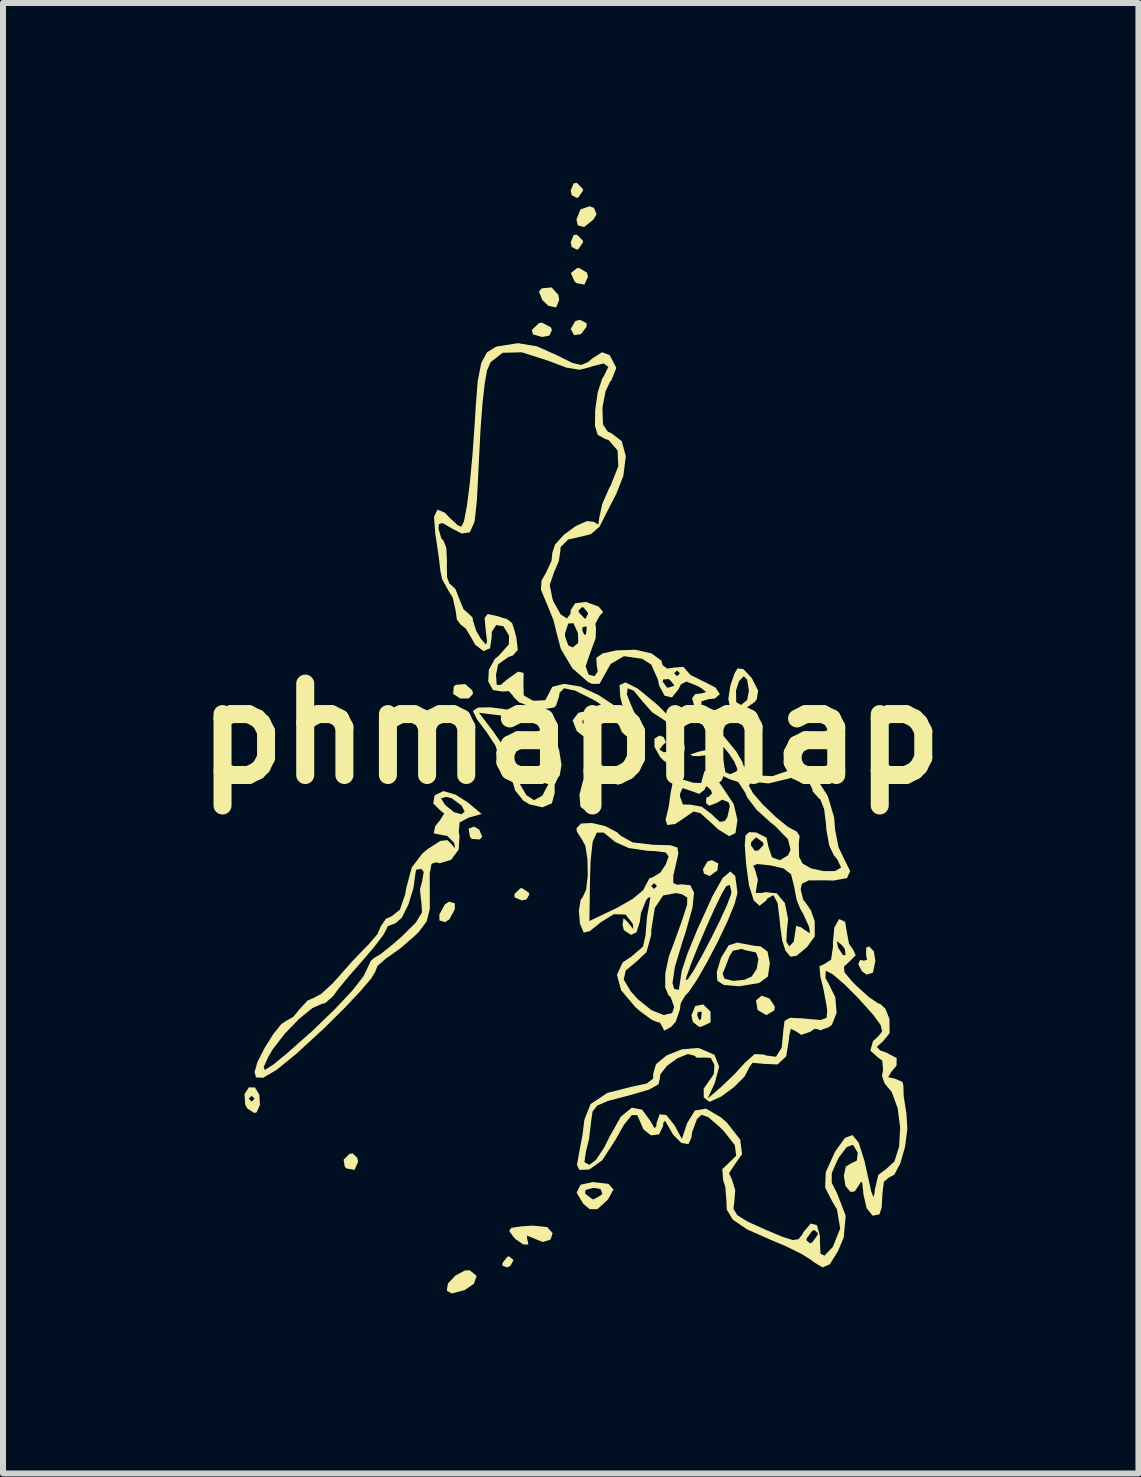
<source format=kicad_pcb>
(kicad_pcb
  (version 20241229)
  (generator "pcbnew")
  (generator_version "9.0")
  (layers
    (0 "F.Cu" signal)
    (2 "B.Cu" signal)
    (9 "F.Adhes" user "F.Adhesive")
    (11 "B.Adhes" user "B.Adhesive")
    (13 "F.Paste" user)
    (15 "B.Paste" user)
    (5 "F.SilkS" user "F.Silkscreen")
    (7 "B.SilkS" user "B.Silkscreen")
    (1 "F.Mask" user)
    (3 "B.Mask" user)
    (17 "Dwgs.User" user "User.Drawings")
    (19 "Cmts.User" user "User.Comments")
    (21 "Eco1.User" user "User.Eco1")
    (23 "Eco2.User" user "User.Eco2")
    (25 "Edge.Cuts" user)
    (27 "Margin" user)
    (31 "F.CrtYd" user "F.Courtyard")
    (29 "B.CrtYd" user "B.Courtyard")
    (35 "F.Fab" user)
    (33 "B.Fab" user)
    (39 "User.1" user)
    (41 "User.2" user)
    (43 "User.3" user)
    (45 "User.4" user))
  (footprint "phmapmap"
    (layer "F.Cu")
    (at 6.466 9.183)
    (property "Reference" "phmapmap" (at 0 0 0) (layer "F.SilkS") (effects (font (size 1.524 1.524) (thickness 0.3))))
    (attr board_only exclude_from_pos_files exclude_from_bom)
    (fp_poly (pts (xy -1.524 1.601) (xy -1.476 1.721) (xy -1.519 1.764) (xy -1.648 1.755) (xy -1.68 1.72) (xy -1.703 1.584) (xy -1.61 1.548)) (stroke (width 0) (type solid)) (fill yes) (layer "F.SilkS"))
    (fp_poly (pts (xy -0.953 8.778) (xy -1.007 8.873) (xy -1.059 8.9) (xy -1.141 8.869) (xy -1.136 8.823) (xy -1.055 8.72) (xy -1.028 8.715)) (stroke (width 0) (type solid)) (fill yes) (layer "F.SilkS"))
    (fp_poly (pts (xy 0.264 -6.845) (xy 0.266 -6.787) (xy 0.17 -6.661) (xy 0.055 -6.645) (xy 0 -6.749) (xy 0.077 -6.881) (xy 0.152 -6.901)) (stroke (width 0) (type solid)) (fill yes) (layer "F.SilkS"))
    (fp_poly (pts (xy 2.461 2.165) (xy 2.445 2.28) (xy 2.318 2.374) (xy 2.221 2.333) (xy 2.205 2.26) (xy 2.282 2.128) (xy 2.356 2.109)) (stroke (width 0) (type solid)) (fill yes) (layer "F.SilkS"))
    (fp_poly (pts (xy -3.557 7.075) (xy -3.546 7.141) (xy -3.605 7.273) (xy -3.738 7.249) (xy -3.767 7.223) (xy -3.787 7.104) (xy -3.69 7.007) (xy -3.637 6.997)) (stroke (width 0) (type solid)) (fill yes) (layer "F.SilkS"))
    (fp_poly (pts (xy -1.932 2.829) (xy -1.932 2.928) (xy -2.024 3.096) (xy -2.094 3.142) (xy -2.189 3.114) (xy -2.19 3.014) (xy -2.098 2.846) (xy -2.028 2.8)) (stroke (width 0) (type solid)) (fill yes) (layer "F.SilkS"))
    (fp_poly (pts (xy -1.641 -0.722) (xy -1.629 -0.665) (xy -1.7 -0.587) (xy -1.845 -0.587) (xy -1.961 -0.664) (xy -1.949 -0.787) (xy -1.919 -0.814) (xy -1.759 -0.827)) (stroke (width 0) (type solid)) (fill yes) (layer "F.SilkS"))
    (fp_poly (pts (xy -0.702 2.648) (xy -0.689 2.677) (xy -0.736 2.764) (xy -0.815 2.78) (xy -0.934 2.731) (xy -0.94 2.677) (xy -0.841 2.578) (xy -0.815 2.574)) (stroke (width 0) (type solid)) (fill yes) (layer "F.SilkS"))
    (fp_poly (pts (xy -0.335 -6.778) (xy -0.312 -6.733) (xy -0.356 -6.637) (xy -0.479 -6.614) (xy -0.631 -6.658) (xy -0.647 -6.733) (xy -0.529 -6.845) (xy -0.479 -6.853)) (stroke (width 0) (type solid)) (fill yes) (layer "F.SilkS"))
    (fp_poly (pts (xy -0.206 -7.316) (xy -0.192 -7.231) (xy -0.244 -7.106) (xy -0.371 -7.133) (xy -0.472 -7.228) (xy -0.53 -7.371) (xy -0.484 -7.425) (xy -0.319 -7.441)) (stroke (width 0) (type solid)) (fill yes) (layer "F.SilkS"))
    (fp_poly (pts (xy 0.202 -9.084) (xy 0.206 -9.058) (xy 0.131 -8.945) (xy 0.103 -8.932) (xy 0.016 -8.979) (xy 0 -9.058) (xy 0.049 -9.177) (xy 0.103 -9.183)) (stroke (width 0) (type solid)) (fill yes) (layer "F.SilkS"))
    (fp_poly (pts (xy 0.202 -8.222) (xy 0.206 -8.195) (xy 0.131 -8.083) (xy 0.103 -8.07) (xy 0.016 -8.116) (xy 0 -8.195) (xy 0.049 -8.314) (xy 0.103 -8.32)) (stroke (width 0) (type solid)) (fill yes) (layer "F.SilkS"))
    (fp_poly (pts (xy 0.271 -7.687) (xy 0.288 -7.62) (xy 0.229 -7.488) (xy 0.097 -7.512) (xy 0.064 -7.54) (xy 0.003 -7.68) (xy 0.103 -7.761) (xy 0.144 -7.764)) (stroke (width 0) (type solid)) (fill yes) (layer "F.SilkS"))
    (fp_poly (pts (xy 0.388 -8.767) (xy 0.431 -8.659) (xy 0.376 -8.57) (xy 0.222 -8.447) (xy 0.117 -8.476) (xy 0.096 -8.573) (xy 0.163 -8.742) (xy 0.315 -8.794)) (stroke (width 0) (type solid)) (fill yes) (layer "F.SilkS"))
    (fp_poly (pts (xy 0.846 0.652) (xy 0.863 0.719) (xy 0.804 0.851) (xy 0.672 0.827) (xy 0.639 0.799) (xy 0.578 0.658) (xy 0.678 0.578) (xy 0.719 0.575)) (stroke (width 0) (type solid)) (fill yes) (layer "F.SilkS"))
    (fp_poly (pts (xy 3.314 4.415) (xy 3.403 4.548) (xy 3.396 4.612) (xy 3.262 4.693) (xy 3.122 4.612) (xy 3.115 4.601) (xy 3.089 4.446) (xy 3.183 4.369)) (stroke (width 0) (type solid)) (fill yes) (layer "F.SilkS"))
    (fp_poly (pts (xy -1.569 9.041) (xy -1.614 9.172) (xy -1.767 9.277) (xy -1.984 9.334) (xy -2.067 9.287) (xy -2.047 9.168) (xy -1.923 9.035) (xy -1.764 8.95) (xy -1.683 8.947)) (stroke (width 0) (type solid)) (fill yes) (layer "F.SilkS"))
    (fp_poly (pts (xy 5.054 3.628) (xy 5.08 3.786) (xy 5.04 3.984) (xy 4.934 4.018) (xy 4.856 3.962) (xy 4.794 3.844) (xy 4.825 3.771) (xy 4.887 3.785) (xy 4.942 3.77) (xy 4.925 3.695) (xy 4.926 3.569) (xy 4.974 3.546)) (stroke (width 0) (type solid)) (fill yes) (layer "F.SilkS"))
    (fp_poly (pts (xy -5.265 5.899) (xy -5.191 6.021) (xy -5.182 6.19) (xy -5.236 6.312) (xy -5.275 6.326) (xy -5.392 6.25) (xy -5.427 6.187) (xy -5.434 6.086) (xy -5.368 6.086) (xy -5.32 6.134) (xy -5.272 6.086) (xy -5.32 6.038) (xy -5.368 6.086) (xy -5.434 6.086) (xy -5.44 6.013) (xy -5.368 5.897)) (stroke (width 0) (type solid)) (fill yes) (layer "F.SilkS"))
    (fp_poly (pts (xy -0.393 8.226) (xy -0.302 8.329) (xy -0.336 8.435) (xy -0.464 8.476) (xy -0.592 8.425) (xy -0.729 8.368) (xy -0.727 8.422) (xy -0.725 8.425) (xy -0.706 8.518) (xy -0.791 8.517) (xy -0.919 8.429) (xy -0.958 8.387) (xy -1.025 8.291) (xy -0.992 8.24) (xy -0.826 8.215) (xy -0.641 8.202)) (stroke (width 0) (type solid)) (fill yes) (layer "F.SilkS"))
    (fp_poly (pts (xy 2.327 4.63) (xy 2.331 4.639) (xy 2.332 4.814) (xy 2.174 4.887) (xy 2.141 4.888) (xy 2.037 4.808) (xy 2.013 4.697) (xy 2.109 4.697) (xy 2.144 4.775) (xy 2.173 4.761) (xy 2.184 4.647) (xy 2.173 4.633) (xy 2.116 4.646) (xy 2.109 4.697) (xy 2.013 4.697) (xy 2.076 4.541) (xy 2.209 4.514)) (stroke (width 0) (type solid)) (fill yes) (layer "F.SilkS"))
    (fp_poly (pts (xy 0.446 -0.334) (xy 0.462 -0.175) (xy 0.378 0.025) (xy 0.234 0.06) (xy 0.102 -0.041) (xy 0.044 -0.192) (xy 0.192 -0.192) (xy 0.265 -0.099) (xy 0.288 -0.096) (xy 0.381 -0.169) (xy 0.383 -0.192) (xy 0.31 -0.285) (xy 0.288 -0.288) (xy 0.194 -0.215) (xy 0.192 -0.192) (xy 0.044 -0.192) (xy 0.032 -0.222) (xy 0.129 -0.349) (xy 0.3 -0.383)) (stroke (width 0) (type solid)) (fill yes) (layer "F.SilkS"))
    (fp_poly (pts (xy 0.629 7.506) (xy 0.712 7.6) (xy 0.623 7.764) (xy 0.608 7.78) (xy 0.444 7.929) (xy 0.317 7.928) (xy 0.211 7.84) (xy 0.107 7.668) (xy 0.24 7.668) (xy 0.358 7.76) (xy 0.383 7.764) (xy 0.508 7.694) (xy 0.527 7.668) (xy 0.497 7.593) (xy 0.383 7.572) (xy 0.247 7.608) (xy 0.24 7.668) (xy 0.107 7.668) (xy 0.098 7.653) (xy 0.163 7.521) (xy 0.367 7.476)) (stroke (width 0) (type solid)) (fill yes) (layer "F.SilkS"))
    (fp_poly (pts (xy 2.879 -1.076) (xy 3.012 -0.935) (xy 3.022 -0.92) (xy 3.125 -0.718) (xy 3.103 -0.576) (xy 3.067 -0.527) (xy 2.877 -0.396) (xy 2.691 -0.416) (xy 2.654 -0.446) (xy 2.628 -0.578) (xy 2.649 -0.719) (xy 2.756 -0.719) (xy 2.76 -0.525) (xy 2.841 -0.479) (xy 2.942 -0.562) (xy 2.971 -0.719) (xy 2.942 -0.899) (xy 2.887 -0.958) (xy 2.807 -0.877) (xy 2.756 -0.719) (xy 2.649 -0.719) (xy 2.66 -0.795) (xy 2.731 -1.005) (xy 2.783 -1.089)) (stroke (width 0) (type solid)) (fill yes) (layer "F.SilkS"))
    (fp_poly (pts (xy 0.45 0.658) (xy 0.479 0.859) (xy 0.479 0.863) (xy 0.481 1.091) (xy 0.484 1.222) (xy 0.425 1.31) (xy 0.291 1.311) (xy 0.173 1.23) (xy 0.159 1.202) (xy 0.152 1.094) (xy 0.295 1.094) (xy 0.313 1.219) (xy 0.345 1.22) (xy 0.368 1.092) (xy 0.353 1.036) (xy 0.31 1) (xy 0.295 1.094) (xy 0.152 1.094) (xy 0.146 1.012) (xy 0.197 0.815) (xy 0.288 0.815) (xy 0.335 0.863) (xy 0.383 0.815) (xy 0.335 0.767) (xy 0.288 0.815) (xy 0.197 0.815) (xy 0.203 0.791) (xy 0.301 0.621) (xy 0.381 0.575)) (stroke (width 0) (type solid)) (fill yes) (layer "F.SilkS"))
    (fp_poly (pts (xy 2.828 3.493) (xy 3.06 3.537) (xy 3.164 3.545) (xy 3.282 3.633) (xy 3.32 3.826) (xy 3.288 4.05) (xy 3.144 4.155) (xy 3.128 4.16) (xy 2.804 4.212) (xy 2.553 4.19) (xy 2.443 4.119) (xy 2.437 4.002) (xy 2.532 4.002) (xy 2.564 4.085) (xy 2.71 4.122) (xy 2.896 4.104) (xy 3.019 4.048) (xy 3.101 3.922) (xy 3.129 3.758) (xy 3.091 3.65) (xy 3.064 3.642) (xy 2.913 3.611) (xy 2.848 3.589) (xy 2.705 3.619) (xy 2.648 3.709) (xy 2.567 3.921) (xy 2.532 4.002) (xy 2.437 4.002) (xy 2.436 3.971) (xy 2.503 3.746) (xy 2.509 3.732) (xy 2.633 3.529) (xy 2.78 3.483)) (stroke (width 0) (type solid)) (fill yes) (layer "F.SilkS"))
    (fp_poly (pts (xy -1.066 -0.403) (xy -0.778 -0.335) (xy -0.534 -0.245) (xy -0.417 -0.171) (xy -0.286 0.017) (xy -0.193 0.272) (xy -0.154 0.524) (xy -0.185 0.702) (xy -0.215 0.733) (xy -0.269 0.857) (xy -0.268 0.991) (xy -0.314 1.161) (xy -0.472 1.228) (xy -0.689 1.178) (xy -0.791 1.115) (xy -0.927 0.947) (xy -0.958 0.836) (xy -1.018 0.684) (xy -1.066 0.651) (xy -1.159 0.538) (xy -1.186 0.411) (xy -1.256 0.198) (xy -1.408 -0.034) (xy -1.414 -0.041) (xy -1.56 -0.234) (xy -1.617 -0.349) (xy -1.53 -0.349) (xy -1.292 -0.037) (xy -1.142 0.181) (xy -1.06 0.34) (xy -1.054 0.366) (xy -1.008 0.522) (xy -0.89 0.768) (xy -0.739 1.026) (xy -0.612 1.109) (xy -0.474 1.034) (xy -0.366 0.829) (xy -0.346 0.749) (xy -0.297 0.317) (xy -0.367 0.021) (xy -0.573 -0.165) (xy -0.934 -0.27) (xy -1.038 -0.286) (xy -1.53 -0.349) (xy -1.617 -0.349) (xy -1.629 -0.372) (xy -1.629 -0.38) (xy -1.548 -0.435) (xy -1.341 -0.44)) (stroke (width 0) (type solid)) (fill yes) (layer "F.SilkS"))
    (fp_poly (pts (xy 2.318 0.66) (xy 2.495 0.84) (xy 2.495 0.84) (xy 2.718 1.174) (xy 2.78 1.439) (xy 2.747 1.658) (xy 2.642 1.709) (xy 2.455 1.593) (xy 2.334 1.48) (xy 2.161 1.325) (xy 2.047 1.298) (xy 1.923 1.384) (xy 1.742 1.506) (xy 1.611 1.523) (xy 1.58 1.434) (xy 1.589 1.405) (xy 1.634 1.217) (xy 1.658 1.042) (xy 1.821 1.042) (xy 1.871 1.181) (xy 1.993 1.183) (xy 2.184 1.217) (xy 2.346 1.34) (xy 2.485 1.47) (xy 2.568 1.457) (xy 2.611 1.393) (xy 2.652 1.215) (xy 2.633 1.145) (xy 2.526 1.1) (xy 2.444 1.15) (xy 2.308 1.202) (xy 2.255 1.155) (xy 2.262 1.063) (xy 2.3 1.054) (xy 2.357 0.994) (xy 2.336 0.939) (xy 2.264 0.874) (xy 2.227 0.938) (xy 2.143 1.004) (xy 2.005 0.954) (xy 1.864 0.907) (xy 1.822 1.004) (xy 1.821 1.042) (xy 1.658 1.042) (xy 1.664 0.997) (xy 1.702 0.803) (xy 1.802 0.748) (xy 2.015 0.809) (xy 2.037 0.818) (xy 2.174 0.823) (xy 2.207 0.705) (xy 2.232 0.62)) (stroke (width 0) (type solid)) (fill yes) (layer "F.SilkS"))
    (fp_poly (pts (xy -1.918 1.018) (xy -1.712 1.149) (xy -1.486 1.339) (xy -1.7 1.399) (xy -1.853 1.481) (xy -1.867 1.644) (xy -1.854 1.703) (xy -1.868 1.933) (xy -1.996 2.104) (xy -2.185 2.16) (xy -2.249 2.145) (xy -2.321 2.17) (xy -2.351 2.334) (xy -2.35 2.607) (xy -2.35 2.924) (xy -2.402 3.131) (xy -2.532 3.304) (xy -2.608 3.378) (xy -2.838 3.577) (xy -3.045 3.725) (xy -3.073 3.741) (xy -3.222 3.873) (xy -3.259 3.969) (xy -3.325 4.08) (xy -3.505 4.292) (xy -3.772 4.575) (xy -4.099 4.899) (xy -4.125 4.924) (xy -4.573 5.336) (xy -4.905 5.606) (xy -5.127 5.737) (xy -5.246 5.732) (xy -5.272 5.644) (xy -5.247 5.558) (xy -5.119 5.558) (xy -5.102 5.607) (xy -4.973 5.528) (xy -4.745 5.342) (xy -4.313 4.96) (xy -3.937 4.598) (xy -3.643 4.285) (xy -3.457 4.047) (xy -3.41 3.954) (xy -3.333 3.787) (xy -3.276 3.738) (xy -3.175 3.679) (xy -2.982 3.525) (xy -2.814 3.379) (xy -2.58 3.146) (xy -2.48 2.979) (xy -2.488 2.834) (xy -2.49 2.828) (xy -2.514 2.597) (xy -2.48 2.474) (xy -2.451 2.306) (xy -2.492 2.253) (xy -2.578 2.269) (xy -2.588 2.319) (xy -2.623 2.579) (xy -2.707 2.85) (xy -2.815 3.066) (xy -2.92 3.162) (xy -2.928 3.163) (xy -3.053 3.211) (xy -3.067 3.249) (xy -3.127 3.36) (xy -3.283 3.564) (xy -3.475 3.788) (xy -3.701 4.046) (xy -3.879 4.262) (xy -3.959 4.373) (xy -4.091 4.491) (xy -4.15 4.505) (xy -4.309 4.576) (xy -4.53 4.757) (xy -4.764 4.999) (xy -4.964 5.256) (xy -5.04 5.383) (xy -5.119 5.558) (xy -5.247 5.558) (xy -5.225 5.479) (xy -5.109 5.248) (xy -4.964 5.015) (xy -4.827 4.843) (xy -4.75 4.792) (xy -4.624 4.72) (xy -4.527 4.601) (xy -4.388 4.449) (xy -4.288 4.407) (xy -4.16 4.338) (xy -3.971 4.165) (xy -3.882 4.066) (xy -3.653 3.807) (xy -3.432 3.575) (xy -3.379 3.523) (xy -3.225 3.345) (xy -3.163 3.205) (xy -3.083 3.088) (xy -2.984 3.043) (xy -2.848 2.935) (xy -2.76 2.677) (xy -2.741 2.568) (xy -2.65 2.23) (xy -2.472 1.995) (xy -2.381 1.921) (xy -2.175 1.788) (xy -2.056 1.775) (xy -1.994 1.834) (xy -1.928 1.911) (xy -1.944 1.821) (xy -2.06 1.703) (xy -2.143 1.691) (xy -2.284 1.662) (xy -2.259 1.541) (xy -2.181 1.445) (xy -2.109 1.331) (xy -2.181 1.274) (xy -2.292 1.163) (xy -2.278 1.079) (xy -2.162 1.079) (xy -2.099 1.182) (xy -2.088 1.194) (xy -1.944 1.31) (xy -1.819 1.344) (xy -1.769 1.298) (xy -1.821 1.198) (xy -1.986 1.076) (xy -2.076 1.054) (xy -2.162 1.079) (xy -2.278 1.079) (xy -2.269 1.028) (xy -2.127 0.959) (xy -2.119 0.958)) (stroke (width 0) (type solid)) (fill yes) (layer "F.SilkS"))
    (fp_poly (pts (xy 0.575 1.541) (xy 0.772 1.643) (xy 0.837 1.705) (xy 1.034 1.813) (xy 1.381 1.853) (xy 1.394 1.853) (xy 1.661 1.86) (xy 1.779 1.899) (xy 1.794 2) (xy 1.772 2.099) (xy 1.711 2.365) (xy 1.71 2.49) (xy 1.776 2.52) (xy 1.846 2.512) (xy 1.995 2.527) (xy 2.056 2.651) (xy 2.03 2.902) (xy 1.919 3.3) (xy 1.87 3.447) (xy 1.738 3.885) (xy 1.697 4.158) (xy 1.725 4.255) (xy 1.802 4.272) (xy 1.821 4.152) (xy 1.827 4.111) (xy 1.918 4.111) (xy 1.956 4.092) (xy 2.054 3.941) (xy 2.189 3.701) (xy 2.34 3.413) (xy 2.485 3.12) (xy 2.603 2.863) (xy 2.671 2.685) (xy 2.68 2.641) (xy 2.652 2.521) (xy 2.592 2.545) (xy 2.52 2.666) (xy 2.402 2.91) (xy 2.261 3.224) (xy 2.12 3.555) (xy 2.002 3.85) (xy 1.93 4.055) (xy 1.918 4.111) (xy 1.827 4.111) (xy 1.85 3.958) (xy 1.944 3.671) (xy 2.111 3.265) (xy 2.36 2.718) (xy 2.37 2.697) (xy 2.533 2.407) (xy 2.66 2.298) (xy 2.743 2.371) (xy 2.778 2.628) (xy 2.778 2.664) (xy 2.734 2.836) (xy 2.619 3.117) (xy 2.458 3.456) (xy 2.278 3.802) (xy 2.105 4.104) (xy 1.965 4.31) (xy 1.909 4.366) (xy 1.834 4.497) (xy 1.821 4.595) (xy 1.752 4.801) (xy 1.677 4.888) (xy 1.558 4.952) (xy 1.534 4.9) (xy 1.485 4.814) (xy 1.462 4.816) (xy 1.353 4.772) (xy 1.164 4.634) (xy 1.078 4.56) (xy 0.841 4.279) (xy 0.792 4.101) (xy 0.884 4.101) (xy 1.003 4.298) (xy 1.12 4.428) (xy 1.346 4.61) (xy 1.55 4.691) (xy 1.69 4.659) (xy 1.725 4.558) (xy 1.668 4.396) (xy 1.631 4.362) (xy 1.575 4.231) (xy 1.577 3.993) (xy 1.634 3.724) (xy 1.663 3.642) (xy 1.73 3.465) (xy 1.827 3.195) (xy 1.86 3.101) (xy 1.94 2.853) (xy 1.943 2.731) (xy 1.857 2.679) (xy 1.759 2.658) (xy 1.542 2.697) (xy 1.402 2.905) (xy 1.343 3.274) (xy 1.342 3.359) (xy 1.263 3.643) (xy 1.102 3.795) (xy 0.917 3.949) (xy 0.884 4.101) (xy 0.792 4.101) (xy 0.77 4.022) (xy 0.867 3.813) (xy 1.006 3.721) (xy 1.205 3.551) (xy 1.247 3.363) (xy 1.271 3.063) (xy 1.304 2.875) (xy 1.328 2.724) (xy 1.287 2.739) (xy 1.256 2.78) (xy 1.171 2.992) (xy 1.152 3.139) (xy 1.096 3.313) (xy 1.006 3.355) (xy 0.886 3.276) (xy 0.864 3.187) (xy 0.88 3.075) (xy 0.95 3.14) (xy 0.967 3.163) (xy 1.043 3.258) (xy 1.038 3.193) (xy 1.03 3.163) (xy 0.914 3.016) (xy 0.72 3.01) (xy 0.496 3.147) (xy 0.477 3.165) (xy 0.317 3.293) (xy 0.217 3.316) (xy 0.216 3.315) (xy 0.153 3.166) (xy 0.15 3.124) (xy 0.311 3.124) (xy 0.779 2.9) (xy 1.039 2.751) (xy 1.209 2.608) (xy 1.244 2.54) (xy 1.342 2.54) (xy 1.39 2.588) (xy 1.438 2.54) (xy 1.39 2.492) (xy 1.342 2.54) (xy 1.244 2.54) (xy 1.246 2.536) (xy 1.312 2.411) (xy 1.366 2.395) (xy 1.494 2.317) (xy 1.585 2.18) (xy 1.632 2.045) (xy 1.583 1.98) (xy 1.397 1.957) (xy 1.278 1.953) (xy 0.968 1.907) (xy 0.741 1.806) (xy 0.718 1.786) (xy 0.549 1.649) (xy 0.435 1.649) (xy 0.366 1.801) (xy 0.331 2.12) (xy 0.323 2.377) (xy 0.311 3.124) (xy 0.15 3.124) (xy 0.136 2.951) (xy 0.165 2.772) (xy 0.198 2.728) (xy 0.257 2.6) (xy 0.284 2.362) (xy 0.279 2.092) (xy 0.243 1.868) (xy 0.192 1.773) (xy 0.103 1.634) (xy 0.096 1.578) (xy 0.171 1.498) (xy 0.353 1.489)) (stroke (width 0) (type solid)) (fill yes) (layer "F.SilkS"))
    (fp_poly (pts (xy 4.575 3.137) (xy 4.601 3.293) (xy 4.64 3.503) (xy 4.711 3.603) (xy 4.751 3.695) (xy 4.651 3.796) (xy 4.556 3.885) (xy 4.565 3.98) (xy 4.694 4.133) (xy 4.773 4.213) (xy 4.973 4.393) (xy 5.126 4.496) (xy 5.158 4.505) (xy 5.247 4.586) (xy 5.314 4.755) (xy 5.317 4.994) (xy 5.21 5.126) (xy 5.103 5.223) (xy 5.161 5.282) (xy 5.254 5.314) (xy 5.435 5.408) (xy 5.432 5.535) (xy 5.348 5.636) (xy 5.293 5.728) (xy 5.401 5.751) (xy 5.532 5.806) (xy 5.547 5.871) (xy 5.552 6.041) (xy 5.591 6.296) (xy 5.597 6.326) (xy 5.613 6.592) (xy 5.574 6.89) (xy 5.496 7.163) (xy 5.396 7.353) (xy 5.297 7.406) (xy 5.221 7.473) (xy 5.197 7.671) (xy 5.186 7.893) (xy 5.149 8.014) (xy 5.034 8.037) (xy 4.934 7.912) (xy 4.88 7.68) (xy 4.877 7.638) (xy 4.859 7.478) (xy 4.828 7.482) (xy 4.821 7.505) (xy 4.735 7.632) (xy 4.665 7.641) (xy 4.58 7.541) (xy 4.554 7.371) (xy 4.586 7.218) (xy 4.673 7.165) (xy 4.77 7.119) (xy 4.786 6.988) (xy 4.712 6.863) (xy 4.701 6.856) (xy 4.602 6.893) (xy 4.476 7.059) (xy 4.45 7.106) (xy 4.352 7.328) (xy 4.352 7.487) (xy 4.446 7.675) (xy 4.585 8.038) (xy 4.552 8.4) (xy 4.455 8.631) (xy 4.319 8.848) (xy 4.198 8.9) (xy 4.043 8.804) (xy 4.022 8.785) (xy 3.86 8.681) (xy 3.585 8.545) (xy 3.35 8.446) (xy 3.93 8.446) (xy 3.989 8.498) (xy 4.026 8.483) (xy 4.118 8.356) (xy 4.122 8.328) (xy 4.062 8.276) (xy 4.026 8.291) (xy 3.933 8.418) (xy 3.93 8.446) (xy 3.35 8.446) (xy 3.335 8.44) (xy 2.938 8.264) (xy 2.703 8.103) (xy 2.601 7.935) (xy 2.596 7.793) (xy 2.577 7.557) (xy 2.54 7.44) (xy 2.528 7.259) (xy 2.621 7.172) (xy 2.759 7.037) (xy 2.736 6.86) (xy 2.548 6.621) (xy 2.488 6.561) (xy 2.294 6.394) (xy 2.181 6.355) (xy 2.106 6.424) (xy 2.024 6.644) (xy 2.014 6.73) (xy 1.963 6.845) (xy 1.845 6.824) (xy 1.708 6.687) (xy 1.648 6.584) (xy 1.573 6.453) (xy 1.543 6.492) (xy 1.54 6.542) (xy 1.473 6.681) (xy 1.338 6.698) (xy 1.212 6.597) (xy 1.178 6.518) (xy 1.11 6.361) (xy 1.018 6.36) (xy 0.886 6.523) (xy 0.741 6.781) (xy 0.524 7.115) (xy 0.316 7.263) (xy 0.286 7.269) (xy 0.144 7.273) (xy 0.104 7.192) (xy 0.113 7.143) (xy 0.228 7.143) (xy 0.311 7.189) (xy 0.42 7.108) (xy 0.559 6.899) (xy 0.653 6.709) (xy 0.836 6.385) (xy 1.019 6.236) (xy 1.19 6.269) (xy 1.321 6.446) (xy 1.398 6.579) (xy 1.428 6.541) (xy 1.431 6.494) (xy 1.482 6.346) (xy 1.594 6.359) (xy 1.729 6.526) (xy 1.738 6.541) (xy 1.853 6.757) (xy 1.941 6.494) (xy 2.069 6.284) (xy 2.256 6.252) (xy 2.507 6.399) (xy 2.607 6.488) (xy 2.826 6.768) (xy 2.857 7.01) (xy 2.731 7.19) (xy 2.64 7.329) (xy 2.687 7.432) (xy 2.743 7.612) (xy 2.729 7.787) (xy 2.714 7.923) (xy 2.776 8.028) (xy 2.948 8.135) (xy 3.227 8.261) (xy 3.53 8.389) (xy 3.705 8.443) (xy 3.8 8.428) (xy 3.862 8.347) (xy 3.88 8.311) (xy 4.003 8.167) (xy 4.106 8.196) (xy 4.156 8.379) (xy 4.155 8.459) (xy 4.164 8.671) (xy 4.232 8.702) (xy 4.369 8.558) (xy 4.371 8.555) (xy 4.493 8.251) (xy 4.439 7.931) (xy 4.364 7.806) (xy 4.242 7.568) (xy 4.252 7.313) (xy 4.399 6.987) (xy 4.422 6.948) (xy 4.574 6.739) (xy 4.697 6.693) (xy 4.801 6.817) (xy 4.897 7.12) (xy 4.95 7.359) (xy 5.011 7.635) (xy 5.049 7.729) (xy 5.068 7.648) (xy 5.07 7.607) (xy 5.128 7.356) (xy 5.257 7.261) (xy 5.396 7.135) (xy 5.475 6.886) (xy 5.493 6.571) (xy 5.452 6.248) (xy 5.353 5.975) (xy 5.234 5.833) (xy 5.189 5.703) (xy 5.208 5.613) (xy 5.195 5.452) (xy 5.126 5.402) (xy 4.996 5.285) (xy 5.039 5.128) (xy 5.133 5.041) (xy 5.192 4.966) (xy 5.168 4.859) (xy 5.043 4.687) (xy 4.798 4.414) (xy 4.557 4.173) (xy 4.366 4.01) (xy 4.259 3.956) (xy 4.252 3.959) (xy 4.247 4.075) (xy 4.287 4.143) (xy 4.411 4.393) (xy 4.434 4.654) (xy 4.355 4.853) (xy 4.301 4.895) (xy 4.159 4.946) (xy 4.122 4.928) (xy 4.063 4.923) (xy 3.995 4.97) (xy 3.844 5.022) (xy 3.755 4.963) (xy 3.671 4.92) (xy 3.642 5.041) (xy 3.641 5.085) (xy 3.593 5.38) (xy 3.449 5.515) (xy 3.226 5.506) (xy 3.032 5.487) (xy 2.971 5.571) (xy 2.971 5.579) (xy 2.898 5.717) (xy 2.723 5.893) (xy 2.512 6.049) (xy 2.331 6.132) (xy 2.304 6.134) (xy 2.218 6.064) (xy 2.217 5.92) (xy 2.3 5.799) (xy 2.386 5.676) (xy 2.395 5.519) (xy 2.335 5.407) (xy 2.256 5.401) (xy 2.103 5.403) (xy 2.062 5.369) (xy 1.952 5.342) (xy 1.777 5.413) (xy 1.603 5.54) (xy 1.494 5.68) (xy 1.486 5.752) (xy 1.463 5.847) (xy 1.308 5.934) (xy 0.994 6.026) (xy 0.943 6.039) (xy 0.621 6.124) (xy 0.442 6.201) (xy 0.364 6.301) (xy 0.341 6.457) (xy 0.34 6.47) (xy 0.305 6.76) (xy 0.253 6.973) (xy 0.228 7.143) (xy 0.113 7.143) (xy 0.141 6.981) (xy 0.197 6.687) (xy 0.227 6.438) (xy 0.331 6.176) (xy 0.61 5.99) (xy 1.008 5.889) (xy 1.269 5.832) (xy 1.374 5.751) (xy 1.375 5.67) (xy 1.422 5.51) (xy 1.6 5.364) (xy 1.85 5.264) (xy 2.112 5.241) (xy 2.153 5.248) (xy 2.397 5.354) (xy 2.475 5.554) (xy 2.401 5.827) (xy 2.284 6.083) (xy 2.505 5.893) (xy 2.737 5.671) (xy 2.903 5.488) (xy 3.067 5.342) (xy 3.223 5.35) (xy 3.256 5.366) (xy 3.422 5.387) (xy 3.518 5.234) (xy 3.546 4.934) (xy 3.565 4.79) (xy 3.656 4.737) (xy 3.872 4.747) (xy 3.926 4.753) (xy 4.167 4.774) (xy 4.268 4.736) (xy 4.276 4.609) (xy 4.265 4.532) (xy 4.211 4.245) (xy 4.162 4.05) (xy 4.148 3.879) (xy 4.241 3.834) (xy 4.341 3.768) (xy 4.373 3.552) (xy 4.372 3.484) (xy 4.374 3.46) (xy 4.436 3.46) (xy 4.456 3.556) (xy 4.463 3.575) (xy 4.539 3.692) (xy 4.582 3.693) (xy 4.571 3.591) (xy 4.517 3.521) (xy 4.436 3.46) (xy 4.374 3.46) (xy 4.395 3.234) (xy 4.47 3.098) (xy 4.481 3.093)) (stroke (width 0) (type solid)) (fill yes) (layer "F.SilkS"))
    (fp_poly (pts (xy -0.562 -6.458) (xy -0.222 -6.306) (xy 0.027 -6.182) (xy 0.176 -6.148) (xy 0.29 -6.197) (xy 0.359 -6.256) (xy 0.522 -6.36) (xy 0.646 -6.313) (xy 0.653 -6.306) (xy 0.761 -6.099) (xy 0.679 -5.894) (xy 0.659 -5.873) (xy 0.581 -5.71) (xy 0.532 -5.453) (xy 0.529 -5.41) (xy 0.538 -5.155) (xy 0.62 -5.033) (xy 0.679 -5.01) (xy 0.851 -4.877) (xy 0.919 -4.625) (xy 0.877 -4.296) (xy 0.762 -4.004) (xy 0.621 -3.729) (xy 0.51 -3.51) (xy 0.481 -3.451) (xy 0.336 -3.326) (xy 0.218 -3.297) (xy -0.042 -3.237) (xy -0.17 -3.11) (xy -0.174 -3.036) (xy -0.2 -2.873) (xy -0.275 -2.699) (xy -0.35 -2.481) (xy -0.303 -2.244) (xy -0.284 -2.196) (xy -0.168 -1.99) (xy -0.064 -1.92) (xy -0.004 -1.999) (xy -0.001 -2.05) (xy 0.129 -2.05) (xy 0.144 -2.013) (xy 0.23 -1.921) (xy 0.245 -1.917) (xy 0.286 -1.991) (xy 0.288 -2.013) (xy 0.214 -2.105) (xy 0.186 -2.109) (xy 0.129 -2.05) (xy -0.001 -2.05) (xy 0 -2.061) (xy 0.075 -2.175) (xy 0.253 -2.197) (xy 0.466 -2.119) (xy 0.541 -2.028) (xy 0.483 -1.967) (xy 0.41 -1.83) (xy 0.421 -1.766) (xy 0.416 -1.593) (xy 0.336 -1.376) (xy 0.248 -1.123) (xy 0.299 -0.983) (xy 0.396 -0.958) (xy 0.45 -1.033) (xy 0.434 -1.141) (xy 0.427 -1.265) (xy 0.534 -1.339) (xy 0.756 -1.388) (xy 1.077 -1.4) (xy 1.346 -1.339) (xy 1.509 -1.22) (xy 1.534 -1.14) (xy 1.608 -1.085) (xy 1.725 -1.102) (xy 1.877 -1.114) (xy 1.917 -1.07) (xy 1.998 -0.978) (xy 2.193 -0.881) (xy 2.205 -0.877) (xy 2.416 -0.768) (xy 2.487 -0.659) (xy 2.405 -0.587) (xy 2.297 -0.575) (xy 2.177 -0.539) (xy 2.187 -0.421) (xy 2.332 -0.207) (xy 2.581 0.078) (xy 2.76 0.297) (xy 2.864 0.476) (xy 2.875 0.522) (xy 2.957 0.63) (xy 3.147 0.698) (xy 3.365 0.708) (xy 3.521 0.652) (xy 3.697 0.599) (xy 3.887 0.616) (xy 4.107 0.76) (xy 4.286 1.039) (xy 4.392 1.396) (xy 4.409 1.605) (xy 4.464 1.89) (xy 4.558 2.088) (xy 4.66 2.291) (xy 4.606 2.408) (xy 4.386 2.449) (xy 4.219 2.445) (xy 3.967 2.447) (xy 3.855 2.502) (xy 3.834 2.596) (xy 3.876 2.77) (xy 3.919 2.821) (xy 4.004 2.945) (xy 4.068 3.126) (xy 4.069 3.379) (xy 3.939 3.559) (xy 3.765 3.704) (xy 3.664 3.719) (xy 3.58 3.618) (xy 3.526 3.449) (xy 3.49 3.185) (xy 3.487 3.132) (xy 3.449 2.824) (xy 3.38 2.693) (xy 3.282 2.745) (xy 3.258 2.782) (xy 3.149 2.87) (xy 3.051 2.78) (xy 2.972 2.527) (xy 2.928 2.204) (xy 3.041 2.204) (xy 3.07 2.256) (xy 3.121 2.435) (xy 3.102 2.539) (xy 3.085 2.656) (xy 3.198 2.655) (xy 3.239 2.642) (xy 3.434 2.661) (xy 3.571 2.825) (xy 3.624 3.089) (xy 3.606 3.271) (xy 3.595 3.466) (xy 3.645 3.546) (xy 3.719 3.466) (xy 3.738 3.343) (xy 3.759 3.204) (xy 3.848 3.232) (xy 3.884 3.261) (xy 3.987 3.328) (xy 3.98 3.244) (xy 3.965 3.201) (xy 3.875 3.001) (xy 3.828 2.923) (xy 3.765 2.764) (xy 3.723 2.541) (xy 3.674 2.345) (xy 3.547 2.246) (xy 3.332 2.197) (xy 3.107 2.173) (xy 3.041 2.204) (xy 2.928 2.204) (xy 2.924 2.169) (xy 2.902 1.86) (xy 3.003 1.86) (xy 3.07 1.953) (xy 3.131 1.946) (xy 3.215 1.855) (xy 3.205 1.811) (xy 3.091 1.728) (xy 3.01 1.805) (xy 3.003 1.86) (xy 2.902 1.86) (xy 2.902 1.86) (xy 2.914 1.698) (xy 2.973 1.642) (xy 3.092 1.647) (xy 3.264 1.733) (xy 3.299 1.893) (xy 3.356 2.062) (xy 3.49 2.11) (xy 3.624 2.028) (xy 3.665 1.937) (xy 3.623 1.761) (xy 3.41 1.542) (xy 3.337 1.484) (xy 3.103 1.273) (xy 2.942 1.062) (xy 2.91 0.985) (xy 2.833 0.867) (xy 2.971 0.867) (xy 3.039 0.992) (xy 3.205 1.183) (xy 3.416 1.386) (xy 3.619 1.552) (xy 3.759 1.629) (xy 3.768 1.629) (xy 3.817 1.706) (xy 3.803 1.832) (xy 3.808 2.052) (xy 3.864 2.164) (xy 4.009 2.247) (xy 4.215 2.292) (xy 4.406 2.291) (xy 4.503 2.236) (xy 4.505 2.224) (xy 4.445 2.097) (xy 4.388 2.03) (xy 4.31 1.865) (xy 4.262 1.598) (xy 4.257 1.512) (xy 4.225 1.255) (xy 4.161 1.095) (xy 4.135 1.075) (xy 4.033 0.961) (xy 4.026 0.913) (xy 3.948 0.77) (xy 3.762 0.716) (xy 3.538 0.772) (xy 3.536 0.772) (xy 3.299 0.83) (xy 3.159 0.814) (xy 3.004 0.808) (xy 2.971 0.867) (xy 2.833 0.867) (xy 2.792 0.805) (xy 2.67 0.767) (xy 2.494 0.685) (xy 2.406 0.551) (xy 2.324 0.395) (xy 2.265 0.359) (xy 2.127 0.375) (xy 2.037 0.372) (xy 1.994 0.348) (xy 2.118 0.304) (xy 2.135 0.3) (xy 2.354 0.25) (xy 2.515 0.25) (xy 2.534 0.383) (xy 2.566 0.573) (xy 2.581 0.647) (xy 2.66 0.675) (xy 2.762 0.63) (xy 2.78 0.593) (xy 2.727 0.464) (xy 2.637 0.33) (xy 2.535 0.208) (xy 2.515 0.25) (xy 2.354 0.25) (xy 2.401 0.24) (xy 2.207 -0.14) (xy 2.068 -0.43) (xy 2.024 -0.591) (xy 2.074 -0.66) (xy 2.181 -0.672) (xy 2.26 -0.694) (xy 2.168 -0.765) (xy 2.109 -0.797) (xy 1.929 -0.869) (xy 1.837 -0.822) (xy 1.797 -0.74) (xy 1.688 -0.604) (xy 1.565 -0.633) (xy 1.473 -0.804) (xy 1.461 -0.868) (xy 1.534 -0.868) (xy 1.603 -0.771) (xy 1.629 -0.767) (xy 1.723 -0.799) (xy 1.725 -0.809) (xy 1.658 -0.891) (xy 1.629 -0.911) (xy 1.541 -0.903) (xy 1.534 -0.868) (xy 1.461 -0.868) (xy 1.455 -0.899) (xy 1.407 -1.006) (xy 1.725 -1.006) (xy 1.773 -0.958) (xy 1.821 -1.006) (xy 1.773 -1.054) (xy 1.725 -1.006) (xy 1.407 -1.006) (xy 1.344 -1.151) (xy 1.192 -1.248) (xy 0.888 -1.292) (xy 0.666 -1.163) (xy 0.569 -0.989) (xy 0.48 -0.831) (xy 0.355 -0.83) (xy 0.288 -0.862) (xy 0.028 -1.089) (xy -0.165 -1.413) (xy -0.221 -1.624) (xy -0.096 -1.624) (xy -0.04 -1.471) (xy 0.035 -1.438) (xy 0.126 -1.514) (xy 0.12 -1.676) (xy 0.098 -1.725) (xy 0.192 -1.725) (xy 0.227 -1.646) (xy 0.256 -1.661) (xy 0.267 -1.775) (xy 0.256 -1.789) (xy 0.199 -1.776) (xy 0.192 -1.725) (xy 0.098 -1.725) (xy 0.047 -1.841) (xy -0.041 -1.837) (xy -0.094 -1.677) (xy -0.096 -1.624) (xy -0.221 -1.624) (xy -0.227 -1.647) (xy -0.287 -1.891) (xy -0.399 -2.168) (xy -0.403 -2.176) (xy -0.496 -2.4) (xy -0.487 -2.553) (xy -0.416 -2.676) (xy -0.32 -2.881) (xy -0.307 -3.013) (xy -0.261 -3.155) (xy -0.112 -3.318) (xy 0.084 -3.462) (xy 0.272 -3.546) (xy 0.394 -3.531) (xy 0.4 -3.522) (xy 0.46 -3.488) (xy 0.478 -3.613) (xy 0.527 -3.834) (xy 0.645 -4.102) (xy 0.668 -4.142) (xy 0.793 -4.459) (xy 0.781 -4.722) (xy 0.637 -4.891) (xy 0.565 -4.919) (xy 0.45 -4.983) (xy 0.404 -5.129) (xy 0.408 -5.395) (xy 0.45 -5.69) (xy 0.523 -5.916) (xy 0.553 -5.963) (xy 0.627 -6.114) (xy 0.551 -6.173) (xy 0.349 -6.123) (xy 0.33 -6.114) (xy 0.149 -6.068) (xy -0.072 -6.103) (xy -0.378 -6.219) (xy -0.816 -6.359) (xy -1.135 -6.351) (xy -1.336 -6.194) (xy -1.396 -6.054) (xy -1.434 -5.837) (xy -1.472 -5.495) (xy -1.502 -5.098) (xy -1.506 -5.032) (xy -1.528 -4.608) (xy -1.548 -4.204) (xy -1.564 -3.903) (xy -1.565 -3.882) (xy -1.603 -3.534) (xy -1.682 -3.358) (xy -1.817 -3.337) (xy -1.97 -3.415) (xy -2.136 -3.512) (xy -2.197 -3.496) (xy -2.205 -3.419) (xy -2.158 -3.257) (xy -2.122 -3.219) (xy -2.074 -3.099) (xy -2.063 -2.87) (xy -2.066 -2.83) (xy -2.062 -2.608) (xy -2.019 -2.495) (xy -2.007 -2.492) (xy -1.922 -2.411) (xy -1.86 -2.252) (xy -1.786 -2.073) (xy -1.715 -2.013) (xy -1.636 -1.936) (xy -1.629 -1.887) (xy -1.576 -1.714) (xy -1.5 -1.585) (xy -1.416 -1.486) (xy -1.394 -1.532) (xy -1.417 -1.721) (xy -1.436 -1.93) (xy -1.384 -1.995) (xy -1.234 -1.963) (xy -1.056 -1.907) (xy -0.977 -1.843) (xy -0.931 -1.699) (xy -0.906 -1.599) (xy -0.882 -1.397) (xy -0.967 -1.302) (xy -1.042 -1.277) (xy -1.21 -1.156) (xy -1.246 -0.98) (xy -1.234 -0.813) (xy -1.167 -0.814) (xy -1.071 -0.896) (xy -0.878 -1.035) (xy -0.785 -1.012) (xy -0.788 -0.825) (xy -0.789 -0.823) (xy -0.783 -0.638) (xy -0.641 -0.556) (xy -0.608 -0.549) (xy -0.425 -0.558) (xy -0.383 -0.634) (xy -0.308 -0.781) (xy -0.112 -0.831) (xy 0.159 -0.786) (xy 0.46 -0.646) (xy 0.495 -0.624) (xy 0.888 -0.364) (xy 0.826 -0.613) (xy 0.814 -0.81) (xy 0.914 -0.855) (xy 1.121 -0.75) (xy 1.43 -0.495) (xy 1.473 -0.455) (xy 1.728 -0.195) (xy 1.858 0.009) (xy 1.898 0.212) (xy 1.898 0.264) (xy 1.849 0.502) (xy 1.73 0.563) (xy 1.545 0.446) (xy 1.491 0.389) (xy 1.397 0.222) (xy 1.396 0.083) (xy 1.479 0.031) (xy 1.55 0.058) (xy 1.588 0.145) (xy 1.536 0.19) (xy 1.479 0.266) (xy 1.554 0.312) (xy 1.661 0.282) (xy 1.707 0.092) (xy 1.676 -0.136) (xy 1.543 -0.237) (xy 1.356 -0.358) (xy 1.204 -0.531) (xy 1.049 -0.718) (xy 0.949 -0.757) (xy 0.936 -0.654) (xy 1.004 -0.484) (xy 1.106 -0.243) (xy 1.15 -0.055) (xy 1.15 -0.053) (xy 1.096 0.077) (xy 0.975 0.082) (xy 0.854 -0.025) (xy 0.81 -0.13) (xy 0.738 -0.245) (xy 0.895 -0.245) (xy 0.92 -0.153) (xy 0.993 -0.04) (xy 1.03 -0.04) (xy 1.041 -0.157) (xy 1.016 -0.249) (xy 0.943 -0.362) (xy 0.906 -0.363) (xy 0.895 -0.245) (xy 0.738 -0.245) (xy 0.689 -0.323) (xy 0.458 -0.518) (xy 0.387 -0.561) (xy 0.074 -0.718) (xy -0.111 -0.757) (xy -0.187 -0.68) (xy -0.192 -0.629) (xy -0.244 -0.47) (xy -0.278 -0.437) (xy -0.441 -0.41) (xy -0.662 -0.446) (xy -0.861 -0.523) (xy -0.958 -0.617) (xy -0.958 -0.626) (xy -1.032 -0.709) (xy -1.138 -0.702) (xy -1.296 -0.728) (xy -1.375 -0.869) (xy -1.366 -1.063) (xy -1.265 -1.247) (xy -1.196 -1.304) (xy -1.032 -1.49) (xy -1.028 -1.634) (xy -1.123 -1.791) (xy -1.242 -1.811) (xy -1.316 -1.699) (xy -1.317 -1.616) (xy -1.345 -1.424) (xy -1.454 -1.376) (xy -1.59 -1.48) (xy -1.643 -1.574) (xy -1.75 -1.753) (xy -1.837 -1.821) (xy -1.899 -1.903) (xy -1.917 -2.042) (xy -1.967 -2.269) (xy -2.037 -2.382) (xy -2.143 -2.572) (xy -2.173 -2.712) (xy -2.2 -2.942) (xy -2.245 -3.249) (xy -2.258 -3.331) (xy -2.279 -3.616) (xy -2.223 -3.736) (xy -2.098 -3.684) (xy -2.013 -3.594) (xy -1.881 -3.474) (xy -1.823 -3.451) (xy -1.78 -3.541) (xy -1.732 -3.792) (xy -1.683 -4.172) (xy -1.638 -4.651) (xy -1.599 -5.196) (xy -1.586 -5.424) (xy -1.551 -5.88) (xy -1.492 -6.179) (xy -1.398 -6.356) (xy -1.255 -6.447) (xy -1.219 -6.458) (xy -0.879 -6.511)) (stroke (width 0) (type solid)) (fill yes) (layer "F.SilkS")))
  (gr_rect
    (start -3 -3)
    (end 15.932 21.518)
    (stroke (width 0.1) (type default))
    (fill no)
    (layer "Edge.Cuts")))
</source>
